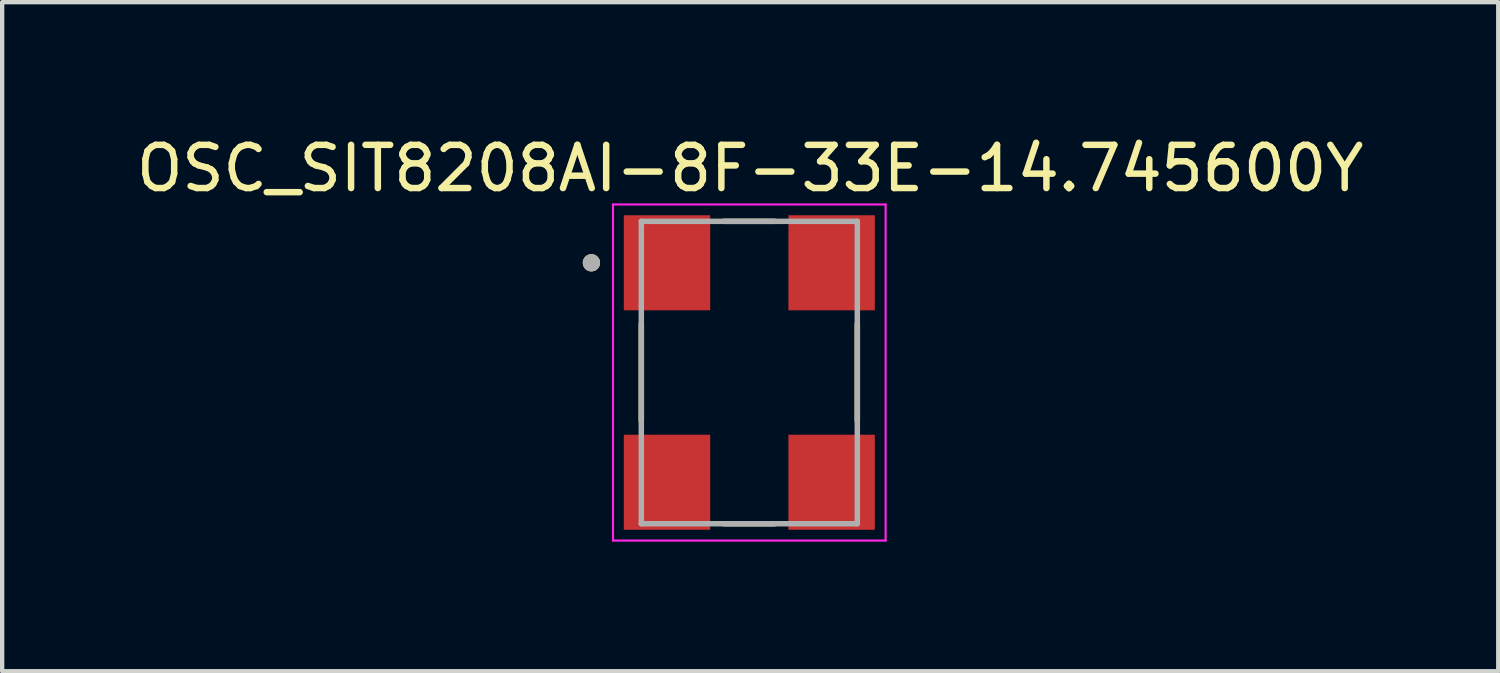
<source format=kicad_pcb>
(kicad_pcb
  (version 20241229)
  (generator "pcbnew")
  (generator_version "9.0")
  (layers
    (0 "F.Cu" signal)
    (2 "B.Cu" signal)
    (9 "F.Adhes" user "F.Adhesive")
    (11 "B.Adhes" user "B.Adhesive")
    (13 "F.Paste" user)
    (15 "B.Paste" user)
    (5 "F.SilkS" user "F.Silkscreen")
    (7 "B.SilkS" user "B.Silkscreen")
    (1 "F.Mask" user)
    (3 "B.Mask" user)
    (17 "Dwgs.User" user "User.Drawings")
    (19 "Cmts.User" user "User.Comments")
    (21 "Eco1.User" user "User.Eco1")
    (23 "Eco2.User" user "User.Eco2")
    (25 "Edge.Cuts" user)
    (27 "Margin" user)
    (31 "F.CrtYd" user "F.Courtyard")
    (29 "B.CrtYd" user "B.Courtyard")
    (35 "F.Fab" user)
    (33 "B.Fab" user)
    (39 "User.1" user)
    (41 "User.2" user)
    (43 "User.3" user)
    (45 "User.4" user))
  (footprint "OSC_SIT8208AI-8F-33E-14.745600Y"
    (layer "F.Cu")
    (at 14.295 5.573)
    (property "Reference" "OSC_SIT8208AI-8F-33E-14.745600Y" (at 0.02 -4.725 0) (layer "F.SilkS") (effects (font (size 1 1) (thickness 0.15))))
    (attr smd)
    (fp_line (start -2.5 -1.12) (end -2.5 1.12) (stroke (width 0.127) (type solid)) (layer "F.SilkS"))
    (fp_line (start -0.585 -3.5) (end 0.585 -3.5) (stroke (width 0.127) (type solid)) (layer "F.SilkS"))
    (fp_line (start -0.585 3.5) (end 0.585 3.5) (stroke (width 0.127) (type solid)) (layer "F.SilkS"))
    (fp_line (start 2.5 -1.12) (end 2.5 1.12) (stroke (width 0.127) (type solid)) (layer "F.SilkS"))
    (fp_circle (center -3.655 -2.54) (end -3.555 -2.54) (stroke (width 0.2) (type solid)) (fill no) (layer "F.SilkS"))
    (fp_line (start -3.155 -3.89) (end -3.155 3.89) (stroke (width 0.05) (type solid)) (layer "F.CrtYd"))
    (fp_line (start -3.155 -3.89) (end 3.155 -3.89) (stroke (width 0.05) (type solid)) (layer "F.CrtYd"))
    (fp_line (start 3.155 -3.89) (end 3.155 3.89) (stroke (width 0.05) (type solid)) (layer "F.CrtYd"))
    (fp_line (start 3.155 3.89) (end -3.155 3.89) (stroke (width 0.05) (type solid)) (layer "F.CrtYd"))
    (fp_line (start -2.5 -3.5) (end -2.5 3.5) (stroke (width 0.127) (type solid)) (layer "F.Fab"))
    (fp_line (start -2.5 -3.5) (end 2.5 -3.5) (stroke (width 0.127) (type solid)) (layer "F.Fab"))
    (fp_line (start 2.5 -3.5) (end 2.5 3.5) (stroke (width 0.127) (type solid)) (layer "F.Fab"))
    (fp_line (start 2.5 3.5) (end -2.5 3.5) (stroke (width 0.127) (type solid)) (layer "F.Fab"))
    (fp_circle (center -3.655 -2.54) (end -3.555 -2.54) (stroke (width 0.2) (type solid)) (fill no) (layer "F.Fab"))
    (pad "1" smd rect (at -1.905 -2.54) (size 2 2.2) (layers "F.Cu" "F.Mask" "F.Paste"))
    (pad "2" smd rect (at -1.905 2.54) (size 2 2.2) (layers "F.Cu" "F.Mask" "F.Paste"))
    (pad "3" smd rect (at 1.905 2.54) (size 2 2.2) (layers "F.Cu" "F.Mask" "F.Paste"))
    (pad "4" smd rect (at 1.905 -2.54) (size 2 2.2) (layers "F.Cu" "F.Mask" "F.Paste")))
  (gr_rect
    (start -3 -3)
    (end 31.631 12.488)
    (stroke (width 0.1) (type default))
    (fill no)
    (layer "Edge.Cuts")))
</source>
